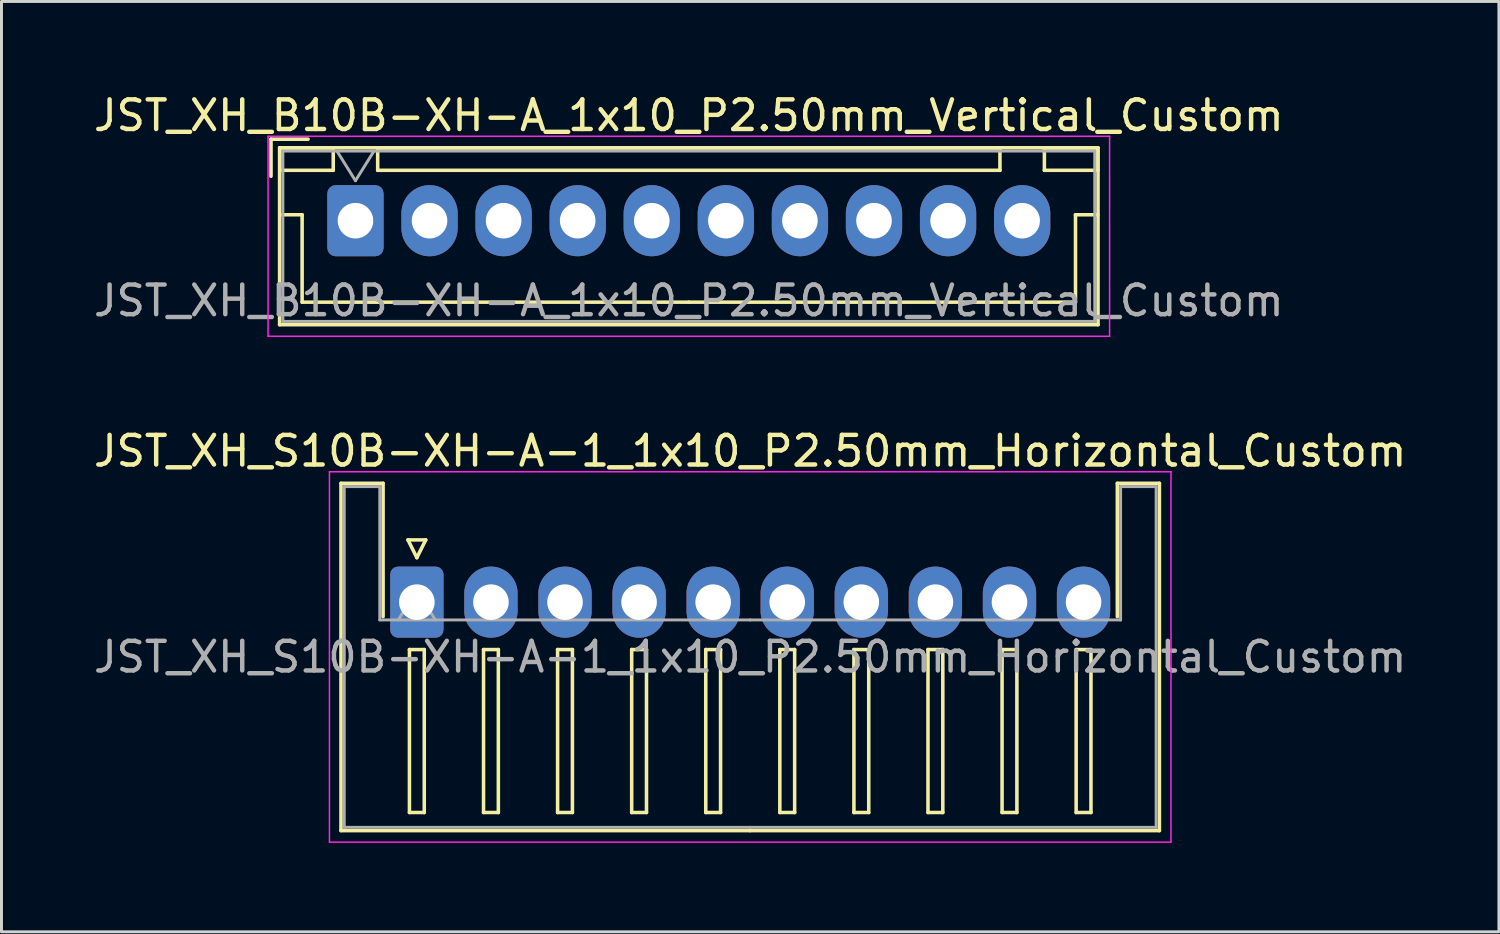
<source format=kicad_pcb>
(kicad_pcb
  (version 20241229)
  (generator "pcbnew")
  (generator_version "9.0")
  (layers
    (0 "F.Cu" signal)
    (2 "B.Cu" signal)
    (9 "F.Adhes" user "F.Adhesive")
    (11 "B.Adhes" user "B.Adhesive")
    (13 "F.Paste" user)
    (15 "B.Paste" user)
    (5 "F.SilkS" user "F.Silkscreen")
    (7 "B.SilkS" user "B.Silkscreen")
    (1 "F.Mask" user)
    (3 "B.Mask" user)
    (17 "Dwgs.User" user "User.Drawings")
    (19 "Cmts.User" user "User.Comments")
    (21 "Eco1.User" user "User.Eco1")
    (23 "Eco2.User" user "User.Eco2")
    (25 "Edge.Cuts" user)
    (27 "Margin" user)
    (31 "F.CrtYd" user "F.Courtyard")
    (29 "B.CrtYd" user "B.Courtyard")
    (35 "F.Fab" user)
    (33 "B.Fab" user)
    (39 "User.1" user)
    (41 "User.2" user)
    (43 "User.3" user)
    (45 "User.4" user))
  (footprint "JST_XH_B10B-XH-A_1x10_P2.50mm_Vertical_Custom"
    (layer "F.Cu")
    (at 8.946 4.398)
    (property "Reference" "JST_XH_B10B-XH-A_1x10_P2.50mm_Vertical_Custom" (at 11.25 -3.55 0) (layer "F.SilkS") (effects (font (size 1 1) (thickness 0.15))))
    (attr through_hole)
    (fp_line (start -2.85 -2.75) (end -2.85 -1.5) (stroke (width 0.12) (type solid)) (layer "F.SilkS"))
    (fp_line (start -2.56 -2.46) (end -2.56 3.51) (stroke (width 0.12) (type solid)) (layer "F.SilkS"))
    (fp_line (start -2.56 3.51) (end 25.06 3.51) (stroke (width 0.12) (type solid)) (layer "F.SilkS"))
    (fp_line (start -2.55 -2.45) (end -2.55 -1.7) (stroke (width 0.12) (type solid)) (layer "F.SilkS"))
    (fp_line (start -2.55 -1.7) (end -0.75 -1.7) (stroke (width 0.12) (type solid)) (layer "F.SilkS"))
    (fp_line (start -2.55 -0.2) (end -1.8 -0.2) (stroke (width 0.12) (type solid)) (layer "F.SilkS"))
    (fp_line (start -1.8 -0.2) (end -1.8 2.75) (stroke (width 0.12) (type solid)) (layer "F.SilkS"))
    (fp_line (start -1.8 2.75) (end 11.25 2.75) (stroke (width 0.12) (type solid)) (layer "F.SilkS"))
    (fp_line (start -1.6 -2.75) (end -2.85 -2.75) (stroke (width 0.12) (type solid)) (layer "F.SilkS"))
    (fp_line (start -0.75 -2.45) (end -2.55 -2.45) (stroke (width 0.12) (type solid)) (layer "F.SilkS"))
    (fp_line (start -0.75 -1.7) (end -0.75 -2.45) (stroke (width 0.12) (type solid)) (layer "F.SilkS"))
    (fp_line (start 0.75 -2.45) (end 0.75 -1.7) (stroke (width 0.12) (type solid)) (layer "F.SilkS"))
    (fp_line (start 0.75 -1.7) (end 21.75 -1.7) (stroke (width 0.12) (type solid)) (layer "F.SilkS"))
    (fp_line (start 21.75 -2.45) (end 0.75 -2.45) (stroke (width 0.12) (type solid)) (layer "F.SilkS"))
    (fp_line (start 21.75 -1.7) (end 21.75 -2.45) (stroke (width 0.12) (type solid)) (layer "F.SilkS"))
    (fp_line (start 23.25 -2.45) (end 23.25 -1.7) (stroke (width 0.12) (type solid)) (layer "F.SilkS"))
    (fp_line (start 23.25 -1.7) (end 25.05 -1.7) (stroke (width 0.12) (type solid)) (layer "F.SilkS"))
    (fp_line (start 24.3 -0.2) (end 24.3 2.75) (stroke (width 0.12) (type solid)) (layer "F.SilkS"))
    (fp_line (start 24.3 2.75) (end 11.25 2.75) (stroke (width 0.12) (type solid)) (layer "F.SilkS"))
    (fp_line (start 25.05 -2.45) (end 23.25 -2.45) (stroke (width 0.12) (type solid)) (layer "F.SilkS"))
    (fp_line (start 25.05 -1.7) (end 25.05 -2.45) (stroke (width 0.12) (type solid)) (layer "F.SilkS"))
    (fp_line (start 25.05 -0.2) (end 24.3 -0.2) (stroke (width 0.12) (type solid)) (layer "F.SilkS"))
    (fp_line (start 25.06 -2.46) (end -2.56 -2.46) (stroke (width 0.12) (type solid)) (layer "F.SilkS"))
    (fp_line (start 25.06 3.51) (end 25.06 -2.46) (stroke (width 0.12) (type solid)) (layer "F.SilkS"))
    (fp_line (start -2.95 -2.85) (end -2.95 3.9) (stroke (width 0.05) (type solid)) (layer "F.CrtYd"))
    (fp_line (start -2.95 3.9) (end 25.45 3.9) (stroke (width 0.05) (type solid)) (layer "F.CrtYd"))
    (fp_line (start 25.45 -2.85) (end -2.95 -2.85) (stroke (width 0.05) (type solid)) (layer "F.CrtYd"))
    (fp_line (start 25.45 3.9) (end 25.45 -2.85) (stroke (width 0.05) (type solid)) (layer "F.CrtYd"))
    (fp_line (start -2.45 -2.35) (end -2.45 3.4) (stroke (width 0.1) (type solid)) (layer "F.Fab"))
    (fp_line (start -2.45 3.4) (end 24.95 3.4) (stroke (width 0.1) (type solid)) (layer "F.Fab"))
    (fp_line (start -0.625 -2.35) (end 0 -1.35) (stroke (width 0.1) (type solid)) (layer "F.Fab"))
    (fp_line (start 0 -1.35) (end 0.625 -2.35) (stroke (width 0.1) (type solid)) (layer "F.Fab"))
    (fp_line (start 24.95 -2.35) (end -2.45 -2.35) (stroke (width 0.1) (type solid)) (layer "F.Fab"))
    (fp_line (start 24.95 3.4) (end 24.95 -2.35) (stroke (width 0.1) (type solid)) (layer "F.Fab"))
    (fp_text user "${REFERENCE}" (at 11.25 2.7 0) (layer "F.Fab") (effects (font (size 1 1) (thickness 0.15))))
    (pad "1" thru_hole roundrect (at 0 0) (size 1.9 2.4) (drill 1.2) (layers "*.Cu" "*.Mask") (roundrect_rratio 0.147))
    (pad "2" thru_hole oval (at 2.5 0) (size 1.9 2.4) (drill 1.2) (layers "*.Cu" "*.Mask"))
    (pad "3" thru_hole oval (at 5 0) (size 1.9 2.4) (drill 1.2) (layers "*.Cu" "*.Mask"))
    (pad "4" thru_hole oval (at 7.5 0) (size 1.9 2.4) (drill 1.2) (layers "*.Cu" "*.Mask"))
    (pad "5" thru_hole oval (at 10 0) (size 1.9 2.4) (drill 1.2) (layers "*.Cu" "*.Mask"))
    (pad "6" thru_hole oval (at 12.5 0) (size 1.9 2.4) (drill 1.2) (layers "*.Cu" "*.Mask"))
    (pad "7" thru_hole oval (at 15 0) (size 1.9 2.4) (drill 1.2) (layers "*.Cu" "*.Mask"))
    (pad "8" thru_hole oval (at 17.5 0) (size 1.9 2.4) (drill 1.2) (layers "*.Cu" "*.Mask"))
    (pad "9" thru_hole oval (at 20 0) (size 1.9 2.4) (drill 1.2) (layers "*.Cu" "*.Mask"))
    (pad "10" thru_hole oval (at 22.5 0) (size 1.9 2.4) (drill 1.2) (layers "*.Cu" "*.Mask")))
  (footprint "JST_XH_S10B-XH-A-1_1x10_P2.50mm_Horizontal_Custom"
    (layer "F.Cu")
    (at 11.018 17.271)
    (property "Reference" "JST_XH_S10B-XH-A-1_1x10_P2.50mm_Horizontal_Custom" (at 11.25 -5.1 0) (layer "F.SilkS") (effects (font (size 1 1) (thickness 0.15))))
    (attr through_hole)
    (fp_line (start -2.56 -4.01) (end -1.14 -4.01) (stroke (width 0.12) (type solid)) (layer "F.SilkS"))
    (fp_line (start -2.56 7.71) (end -2.56 -4.01) (stroke (width 0.12) (type solid)) (layer "F.SilkS"))
    (fp_line (start -1.14 -4.01) (end -1.14 0.49) (stroke (width 0.12) (type solid)) (layer "F.SilkS"))
    (fp_line (start -0.3 -2.1) (end 0.3 -2.1) (stroke (width 0.12) (type solid)) (layer "F.SilkS"))
    (fp_line (start -0.25 1.6) (end -0.25 7.1) (stroke (width 0.12) (type solid)) (layer "F.SilkS"))
    (fp_line (start -0.25 7.1) (end 0.25 7.1) (stroke (width 0.12) (type solid)) (layer "F.SilkS"))
    (fp_line (start 0 -1.5) (end -0.3 -2.1) (stroke (width 0.12) (type solid)) (layer "F.SilkS"))
    (fp_line (start 0.25 1.6) (end -0.25 1.6) (stroke (width 0.12) (type solid)) (layer "F.SilkS"))
    (fp_line (start 0.25 7.1) (end 0.25 1.6) (stroke (width 0.12) (type solid)) (layer "F.SilkS"))
    (fp_line (start 0.3 -2.1) (end 0 -1.5) (stroke (width 0.12) (type solid)) (layer "F.SilkS"))
    (fp_line (start 2.25 1.6) (end 2.25 7.1) (stroke (width 0.12) (type solid)) (layer "F.SilkS"))
    (fp_line (start 2.25 7.1) (end 2.75 7.1) (stroke (width 0.12) (type solid)) (layer "F.SilkS"))
    (fp_line (start 2.75 1.6) (end 2.25 1.6) (stroke (width 0.12) (type solid)) (layer "F.SilkS"))
    (fp_line (start 2.75 7.1) (end 2.75 1.6) (stroke (width 0.12) (type solid)) (layer "F.SilkS"))
    (fp_line (start 4.75 1.6) (end 4.75 7.1) (stroke (width 0.12) (type solid)) (layer "F.SilkS"))
    (fp_line (start 4.75 7.1) (end 5.25 7.1) (stroke (width 0.12) (type solid)) (layer "F.SilkS"))
    (fp_line (start 5.25 1.6) (end 4.75 1.6) (stroke (width 0.12) (type solid)) (layer "F.SilkS"))
    (fp_line (start 5.25 7.1) (end 5.25 1.6) (stroke (width 0.12) (type solid)) (layer "F.SilkS"))
    (fp_line (start 7.25 1.6) (end 7.25 7.1) (stroke (width 0.12) (type solid)) (layer "F.SilkS"))
    (fp_line (start 7.25 7.1) (end 7.75 7.1) (stroke (width 0.12) (type solid)) (layer "F.SilkS"))
    (fp_line (start 7.75 1.6) (end 7.25 1.6) (stroke (width 0.12) (type solid)) (layer "F.SilkS"))
    (fp_line (start 7.75 7.1) (end 7.75 1.6) (stroke (width 0.12) (type solid)) (layer "F.SilkS"))
    (fp_line (start 9.75 1.6) (end 9.75 7.1) (stroke (width 0.12) (type solid)) (layer "F.SilkS"))
    (fp_line (start 9.75 7.1) (end 10.25 7.1) (stroke (width 0.12) (type solid)) (layer "F.SilkS"))
    (fp_line (start 10.25 1.6) (end 9.75 1.6) (stroke (width 0.12) (type solid)) (layer "F.SilkS"))
    (fp_line (start 10.25 7.1) (end 10.25 1.6) (stroke (width 0.12) (type solid)) (layer "F.SilkS"))
    (fp_line (start 11.25 7.71) (end -2.56 7.71) (stroke (width 0.12) (type solid)) (layer "F.SilkS"))
    (fp_line (start 11.25 7.71) (end 25.06 7.71) (stroke (width 0.12) (type solid)) (layer "F.SilkS"))
    (fp_line (start 12.25 1.6) (end 12.25 7.1) (stroke (width 0.12) (type solid)) (layer "F.SilkS"))
    (fp_line (start 12.25 7.1) (end 12.75 7.1) (stroke (width 0.12) (type solid)) (layer "F.SilkS"))
    (fp_line (start 12.75 1.6) (end 12.25 1.6) (stroke (width 0.12) (type solid)) (layer "F.SilkS"))
    (fp_line (start 12.75 7.1) (end 12.75 1.6) (stroke (width 0.12) (type solid)) (layer "F.SilkS"))
    (fp_line (start 14.75 1.6) (end 14.75 7.1) (stroke (width 0.12) (type solid)) (layer "F.SilkS"))
    (fp_line (start 14.75 7.1) (end 15.25 7.1) (stroke (width 0.12) (type solid)) (layer "F.SilkS"))
    (fp_line (start 15.25 1.6) (end 14.75 1.6) (stroke (width 0.12) (type solid)) (layer "F.SilkS"))
    (fp_line (start 15.25 7.1) (end 15.25 1.6) (stroke (width 0.12) (type solid)) (layer "F.SilkS"))
    (fp_line (start 17.25 1.6) (end 17.25 7.1) (stroke (width 0.12) (type solid)) (layer "F.SilkS"))
    (fp_line (start 17.25 7.1) (end 17.75 7.1) (stroke (width 0.12) (type solid)) (layer "F.SilkS"))
    (fp_line (start 17.75 1.6) (end 17.25 1.6) (stroke (width 0.12) (type solid)) (layer "F.SilkS"))
    (fp_line (start 17.75 7.1) (end 17.75 1.6) (stroke (width 0.12) (type solid)) (layer "F.SilkS"))
    (fp_line (start 19.75 1.6) (end 19.75 7.1) (stroke (width 0.12) (type solid)) (layer "F.SilkS"))
    (fp_line (start 19.75 7.1) (end 20.25 7.1) (stroke (width 0.12) (type solid)) (layer "F.SilkS"))
    (fp_line (start 20.25 1.6) (end 19.75 1.6) (stroke (width 0.12) (type solid)) (layer "F.SilkS"))
    (fp_line (start 20.25 7.1) (end 20.25 1.6) (stroke (width 0.12) (type solid)) (layer "F.SilkS"))
    (fp_line (start 22.25 1.6) (end 22.25 7.1) (stroke (width 0.12) (type solid)) (layer "F.SilkS"))
    (fp_line (start 22.25 7.1) (end 22.75 7.1) (stroke (width 0.12) (type solid)) (layer "F.SilkS"))
    (fp_line (start 22.75 1.6) (end 22.25 1.6) (stroke (width 0.12) (type solid)) (layer "F.SilkS"))
    (fp_line (start 22.75 7.1) (end 22.75 1.6) (stroke (width 0.12) (type solid)) (layer "F.SilkS"))
    (fp_line (start 23.64 -4.01) (end 23.64 0.49) (stroke (width 0.12) (type solid)) (layer "F.SilkS"))
    (fp_line (start 25.06 -4.01) (end 23.64 -4.01) (stroke (width 0.12) (type solid)) (layer "F.SilkS"))
    (fp_line (start 25.06 7.71) (end 25.06 -4.01) (stroke (width 0.12) (type solid)) (layer "F.SilkS"))
    (fp_line (start -2.95 -4.4) (end -2.95 8.1) (stroke (width 0.05) (type solid)) (layer "F.CrtYd"))
    (fp_line (start -2.95 8.1) (end 25.45 8.1) (stroke (width 0.05) (type solid)) (layer "F.CrtYd"))
    (fp_line (start 25.45 -4.4) (end -2.95 -4.4) (stroke (width 0.05) (type solid)) (layer "F.CrtYd"))
    (fp_line (start 25.45 8.1) (end 25.45 -4.4) (stroke (width 0.05) (type solid)) (layer "F.CrtYd"))
    (fp_line (start -2.45 -3.9) (end -1.25 -3.9) (stroke (width 0.1) (type solid)) (layer "F.Fab"))
    (fp_line (start -2.45 7.6) (end -2.45 -3.9) (stroke (width 0.1) (type solid)) (layer "F.Fab"))
    (fp_line (start -1.25 -3.9) (end -1.25 0.6) (stroke (width 0.1) (type solid)) (layer "F.Fab"))
    (fp_line (start -1.25 0.6) (end 11.25 0.6) (stroke (width 0.1) (type solid)) (layer "F.Fab"))
    (fp_line (start -0.625 0.6) (end 0 -0.4) (stroke (width 0.1) (type solid)) (layer "F.Fab"))
    (fp_line (start 0 -0.4) (end 0.625 0.6) (stroke (width 0.1) (type solid)) (layer "F.Fab"))
    (fp_line (start 11.25 7.6) (end -2.45 7.6) (stroke (width 0.1) (type solid)) (layer "F.Fab"))
    (fp_line (start 11.25 7.6) (end 24.95 7.6) (stroke (width 0.1) (type solid)) (layer "F.Fab"))
    (fp_line (start 23.75 -3.9) (end 23.75 0.6) (stroke (width 0.1) (type solid)) (layer "F.Fab"))
    (fp_line (start 23.75 0.6) (end 11.25 0.6) (stroke (width 0.1) (type solid)) (layer "F.Fab"))
    (fp_line (start 24.95 -3.9) (end 23.75 -3.9) (stroke (width 0.1) (type solid)) (layer "F.Fab"))
    (fp_line (start 24.95 7.6) (end 24.95 -3.9) (stroke (width 0.1) (type solid)) (layer "F.Fab"))
    (fp_text user "${REFERENCE}" (at 11.25 1.85 0) (layer "F.Fab") (effects (font (size 1 1) (thickness 0.15))))
    (pad "1" thru_hole roundrect (at 0 0) (size 1.8 2.4) (drill 1.2) (layers "*.Cu" "*.Mask") (roundrect_rratio 0.147))
    (pad "2" thru_hole oval (at 2.5 0) (size 1.8 2.4) (drill 1.2) (layers "*.Cu" "*.Mask"))
    (pad "3" thru_hole oval (at 5 0) (size 1.8 2.4) (drill 1.2) (layers "*.Cu" "*.Mask"))
    (pad "4" thru_hole oval (at 7.5 0) (size 1.8 2.4) (drill 1.2) (layers "*.Cu" "*.Mask"))
    (pad "5" thru_hole oval (at 10 0) (size 1.8 2.4) (drill 1.2) (layers "*.Cu" "*.Mask"))
    (pad "6" thru_hole oval (at 12.5 0) (size 1.8 2.4) (drill 1.2) (layers "*.Cu" "*.Mask"))
    (pad "7" thru_hole oval (at 15 0) (size 1.8 2.4) (drill 1.2) (layers "*.Cu" "*.Mask"))
    (pad "8" thru_hole oval (at 17.5 0) (size 1.8 2.4) (drill 1.2) (layers "*.Cu" "*.Mask"))
    (pad "9" thru_hole oval (at 20 0) (size 1.8 2.4) (drill 1.2) (layers "*.Cu" "*.Mask"))
    (pad "10" thru_hole oval (at 22.5 0) (size 1.8 2.4) (drill 1.2) (layers "*.Cu" "*.Mask")))
  (gr_rect
    (start -3 -3)
    (end 47.536 28.396)
    (stroke (width 0.1) (type default))
    (fill no)
    (layer "Edge.Cuts")))
</source>
